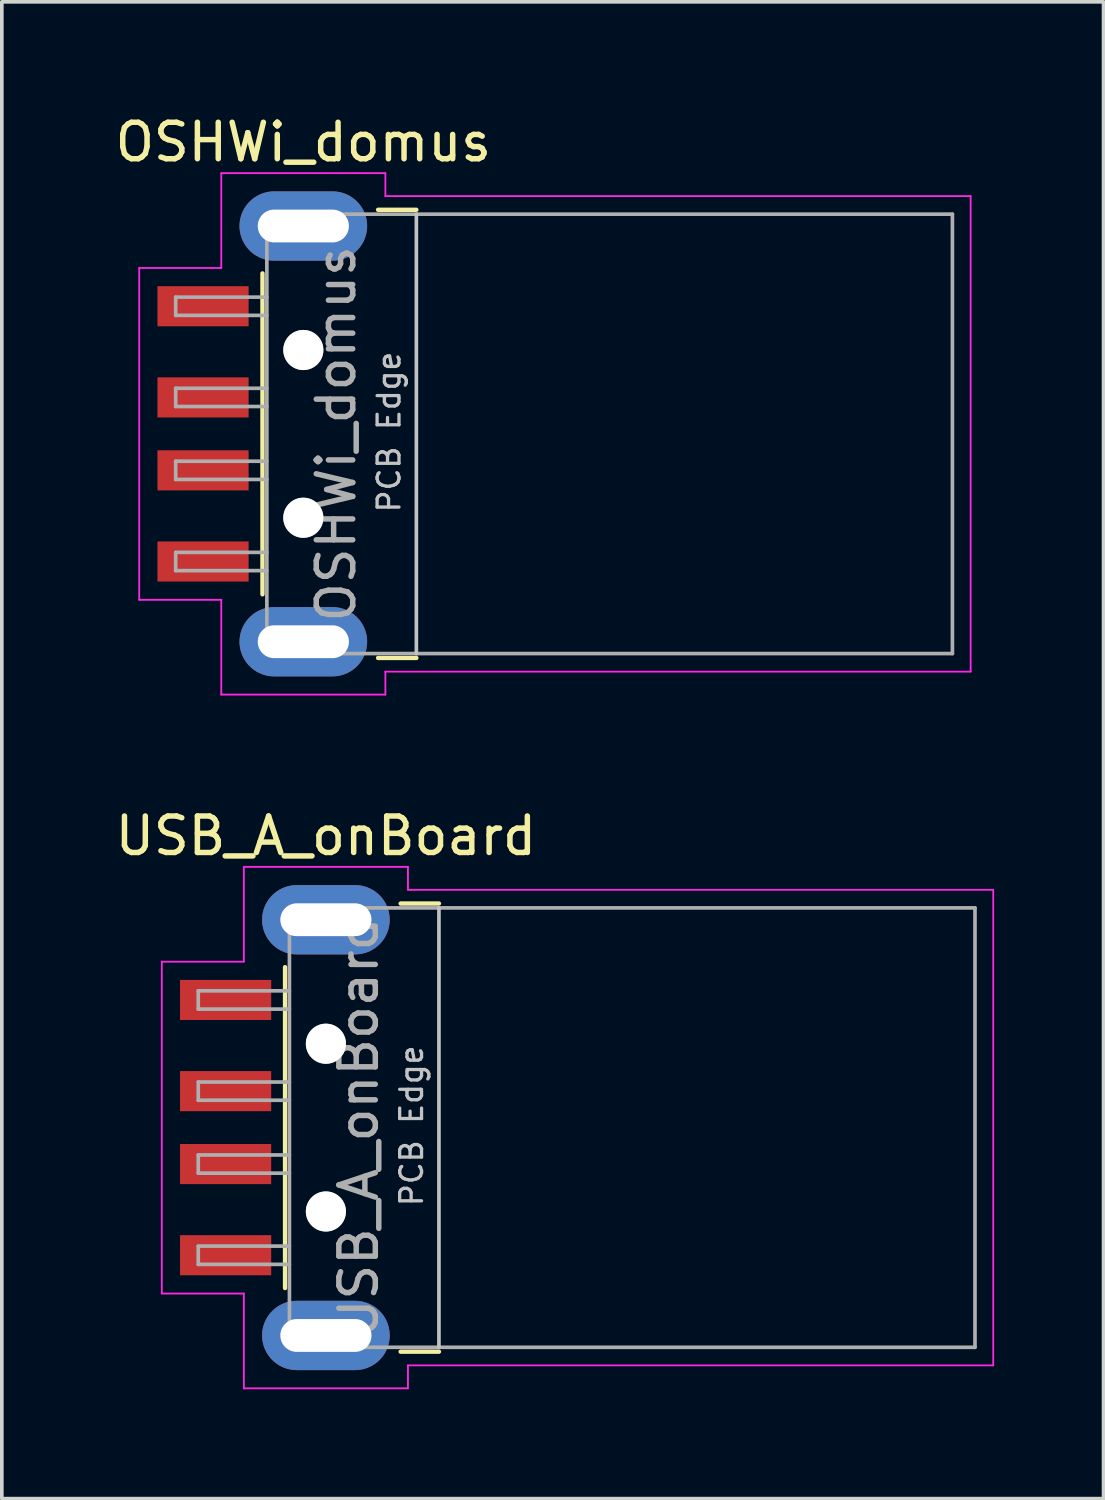
<source format=kicad_pcb>
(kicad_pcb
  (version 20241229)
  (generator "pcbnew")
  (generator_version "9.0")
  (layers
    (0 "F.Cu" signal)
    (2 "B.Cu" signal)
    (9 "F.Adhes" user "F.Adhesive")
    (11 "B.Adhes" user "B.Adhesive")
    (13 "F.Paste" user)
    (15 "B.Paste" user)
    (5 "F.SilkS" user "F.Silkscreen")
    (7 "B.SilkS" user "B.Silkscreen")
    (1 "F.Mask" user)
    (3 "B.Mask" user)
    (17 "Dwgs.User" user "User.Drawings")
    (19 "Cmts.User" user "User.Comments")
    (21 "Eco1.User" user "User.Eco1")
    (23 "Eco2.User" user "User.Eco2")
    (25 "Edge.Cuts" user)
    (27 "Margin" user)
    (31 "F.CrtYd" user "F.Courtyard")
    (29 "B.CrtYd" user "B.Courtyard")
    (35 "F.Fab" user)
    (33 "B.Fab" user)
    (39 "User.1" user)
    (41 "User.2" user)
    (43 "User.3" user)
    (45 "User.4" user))
  (footprint "OSHWi_domus"
    (layer "F.Cu")
    (at 12.168 8.848)
    (property "Reference" "OSHWi_domus" (at -6.9 -8 0) (layer "F.SilkS") (effects (font (size 1 1) (thickness 0.15))))
    (attr smd)
    (fp_line (start -8.02 -4.4) (end -8.02 4.4) (stroke (width 0.12) (type solid)) (layer "F.SilkS"))
    (fp_line (start -4.85 -6.145) (end -3.8 -6.145) (stroke (width 0.12) (type solid)) (layer "F.SilkS"))
    (fp_line (start -4.85 6.145) (end -3.8 6.145) (stroke (width 0.12) (type solid)) (layer "F.SilkS"))
    (fp_line (start -3.8 6.025) (end -3.8 -6.025) (stroke (width 0.1) (type solid)) (layer "Dwgs.User"))
    (fp_line (start -11.4 -4.55) (end -9.15 -4.55) (stroke (width 0.05) (type solid)) (layer "F.CrtYd"))
    (fp_line (start -11.4 4.55) (end -11.4 -4.55) (stroke (width 0.05) (type solid)) (layer "F.CrtYd"))
    (fp_line (start -11.4 4.55) (end -9.15 4.55) (stroke (width 0.05) (type solid)) (layer "F.CrtYd"))
    (fp_line (start -9.15 -7.15) (end -9.15 -4.55) (stroke (width 0.05) (type solid)) (layer "F.CrtYd"))
    (fp_line (start -9.15 -7.15) (end -4.65 -7.15) (stroke (width 0.05) (type solid)) (layer "F.CrtYd"))
    (fp_line (start -9.15 4.55) (end -9.15 7.15) (stroke (width 0.05) (type solid)) (layer "F.CrtYd"))
    (fp_line (start -9.15 7.15) (end -4.65 7.15) (stroke (width 0.05) (type solid)) (layer "F.CrtYd"))
    (fp_line (start -4.65 -6.52) (end -4.65 -7.15) (stroke (width 0.05) (type solid)) (layer "F.CrtYd"))
    (fp_line (start -4.65 -6.52) (end 11.4 -6.52) (stroke (width 0.05) (type solid)) (layer "F.CrtYd"))
    (fp_line (start -4.65 6.52) (end 11.4 6.52) (stroke (width 0.05) (type solid)) (layer "F.CrtYd"))
    (fp_line (start -4.65 7.15) (end -4.65 6.52) (stroke (width 0.05) (type solid)) (layer "F.CrtYd"))
    (fp_line (start 11.4 6.52) (end 11.4 -6.52) (stroke (width 0.05) (type solid)) (layer "F.CrtYd"))
    (fp_line (start -10.4 -3.75) (end -7.9 -3.75) (stroke (width 0.1) (type solid)) (layer "F.Fab"))
    (fp_line (start -10.4 -3.25) (end -10.4 -3.75) (stroke (width 0.1) (type solid)) (layer "F.Fab"))
    (fp_line (start -10.4 -3.25) (end -7.9 -3.25) (stroke (width 0.1) (type solid)) (layer "F.Fab"))
    (fp_line (start -10.4 -1.25) (end -7.9 -1.25) (stroke (width 0.1) (type solid)) (layer "F.Fab"))
    (fp_line (start -10.4 -0.75) (end -10.4 -1.25) (stroke (width 0.1) (type solid)) (layer "F.Fab"))
    (fp_line (start -10.4 -0.75) (end -7.9 -0.75) (stroke (width 0.1) (type solid)) (layer "F.Fab"))
    (fp_line (start -10.4 0.75) (end -7.9 0.75) (stroke (width 0.1) (type solid)) (layer "F.Fab"))
    (fp_line (start -10.4 1.25) (end -10.4 0.75) (stroke (width 0.1) (type solid)) (layer "F.Fab"))
    (fp_line (start -10.4 1.25) (end -7.9 1.25) (stroke (width 0.1) (type solid)) (layer "F.Fab"))
    (fp_line (start -10.4 3.25) (end -7.9 3.25) (stroke (width 0.1) (type solid)) (layer "F.Fab"))
    (fp_line (start -10.4 3.75) (end -10.4 3.25) (stroke (width 0.1) (type solid)) (layer "F.Fab"))
    (fp_line (start -10.4 3.75) (end -7.9 3.75) (stroke (width 0.1) (type solid)) (layer "F.Fab"))
    (fp_line (start -7.9 -6.025) (end 10.9 -6.025) (stroke (width 0.1) (type solid)) (layer "F.Fab"))
    (fp_line (start -7.9 6.025) (end -7.9 -6.025) (stroke (width 0.1) (type solid)) (layer "F.Fab"))
    (fp_line (start -7.9 6.025) (end 10.9 6.025) (stroke (width 0.1) (type solid)) (layer "F.Fab"))
    (fp_line (start 10.9 6.025) (end 10.9 -6.025) (stroke (width 0.1) (type solid)) (layer "F.Fab"))
    (fp_circle (center -6.9 -2.3) (end -6.9 -2.8) (stroke (width 0.1) (type solid)) (fill no) (layer "F.Fab"))
    (fp_circle (center -6.9 2.3) (end -6.9 2.8) (stroke (width 0.1) (type solid)) (fill no) (layer "F.Fab"))
    (fp_text user "PCB Edge" (at -4.55 -0.05 90) (layer "Dwgs.User") (effects (font (size 0.6 0.6) (thickness 0.09))))
    (fp_text user "${REFERENCE}" (at -6 0 90) (layer "F.Fab") (effects (font (size 1 1) (thickness 0.15))))
    (pad "" np_thru_hole circle (at -6.9 -2.3) (size 1.1 1.1) (drill 1.1) (layers "*.Cu" "*.Mask"))
    (pad "" np_thru_hole circle (at -6.9 2.3) (size 1.1 1.1) (drill 1.1) (layers "*.Cu" "*.Mask"))
    (pad "1" smd rect (at -9.65 -3.5) (size 2.5 1.1) (layers "F.Cu" "F.Mask" "F.Paste"))
    (pad "2" smd rect (at -9.65 -1) (size 2.5 1.1) (layers "F.Cu" "F.Mask" "F.Paste"))
    (pad "3" smd rect (at -9.65 1) (size 2.5 1.1) (layers "F.Cu" "F.Mask" "F.Paste"))
    (pad "4" smd rect (at -9.65 3.5) (size 2.5 1.1) (layers "F.Cu" "F.Mask" "F.Paste"))
    (pad "5" thru_hole oval (at -6.9 -5.7) (size 3.5 1.9) (drill oval 2.5 0.9) (layers "*.Cu" "*.Mask"))
    (pad "5" thru_hole oval (at -6.9 5.7) (size 3.5 1.9) (drill oval 2.5 0.9) (layers "*.Cu" "*.Mask")))
  (footprint "USB_A_onBoard"
    (layer "F.Cu")
    (at 12.787 27.872)
    (property "Reference" "USB_A_onBoard" (at -6.9 -8 0) (layer "F.SilkS") (effects (font (size 1 1) (thickness 0.15))))
    (attr smd)
    (fp_line (start -8.02 -4.4) (end -8.02 4.4) (stroke (width 0.12) (type solid)) (layer "F.SilkS"))
    (fp_line (start -4.85 -6.145) (end -3.8 -6.145) (stroke (width 0.12) (type solid)) (layer "F.SilkS"))
    (fp_line (start -4.85 6.145) (end -3.8 6.145) (stroke (width 0.12) (type solid)) (layer "F.SilkS"))
    (fp_line (start -3.8 6.025) (end -3.8 -6.025) (stroke (width 0.1) (type solid)) (layer "Dwgs.User"))
    (fp_line (start -11.4 -4.55) (end -9.15 -4.55) (stroke (width 0.05) (type solid)) (layer "F.CrtYd"))
    (fp_line (start -11.4 4.55) (end -11.4 -4.55) (stroke (width 0.05) (type solid)) (layer "F.CrtYd"))
    (fp_line (start -11.4 4.55) (end -9.15 4.55) (stroke (width 0.05) (type solid)) (layer "F.CrtYd"))
    (fp_line (start -9.15 -7.15) (end -9.15 -4.55) (stroke (width 0.05) (type solid)) (layer "F.CrtYd"))
    (fp_line (start -9.15 -7.15) (end -4.65 -7.15) (stroke (width 0.05) (type solid)) (layer "F.CrtYd"))
    (fp_line (start -9.15 4.55) (end -9.15 7.15) (stroke (width 0.05) (type solid)) (layer "F.CrtYd"))
    (fp_line (start -9.15 7.15) (end -4.65 7.15) (stroke (width 0.05) (type solid)) (layer "F.CrtYd"))
    (fp_line (start -4.65 -6.52) (end -4.65 -7.15) (stroke (width 0.05) (type solid)) (layer "F.CrtYd"))
    (fp_line (start -4.65 -6.52) (end 11.4 -6.52) (stroke (width 0.05) (type solid)) (layer "F.CrtYd"))
    (fp_line (start -4.65 6.52) (end 11.4 6.52) (stroke (width 0.05) (type solid)) (layer "F.CrtYd"))
    (fp_line (start -4.65 7.15) (end -4.65 6.52) (stroke (width 0.05) (type solid)) (layer "F.CrtYd"))
    (fp_line (start 11.4 6.52) (end 11.4 -6.52) (stroke (width 0.05) (type solid)) (layer "F.CrtYd"))
    (fp_line (start -10.4 -3.75) (end -7.9 -3.75) (stroke (width 0.1) (type solid)) (layer "F.Fab"))
    (fp_line (start -10.4 -3.25) (end -10.4 -3.75) (stroke (width 0.1) (type solid)) (layer "F.Fab"))
    (fp_line (start -10.4 -3.25) (end -7.9 -3.25) (stroke (width 0.1) (type solid)) (layer "F.Fab"))
    (fp_line (start -10.4 -1.25) (end -7.9 -1.25) (stroke (width 0.1) (type solid)) (layer "F.Fab"))
    (fp_line (start -10.4 -0.75) (end -10.4 -1.25) (stroke (width 0.1) (type solid)) (layer "F.Fab"))
    (fp_line (start -10.4 -0.75) (end -7.9 -0.75) (stroke (width 0.1) (type solid)) (layer "F.Fab"))
    (fp_line (start -10.4 0.75) (end -7.9 0.75) (stroke (width 0.1) (type solid)) (layer "F.Fab"))
    (fp_line (start -10.4 1.25) (end -10.4 0.75) (stroke (width 0.1) (type solid)) (layer "F.Fab"))
    (fp_line (start -10.4 1.25) (end -7.9 1.25) (stroke (width 0.1) (type solid)) (layer "F.Fab"))
    (fp_line (start -10.4 3.25) (end -7.9 3.25) (stroke (width 0.1) (type solid)) (layer "F.Fab"))
    (fp_line (start -10.4 3.75) (end -10.4 3.25) (stroke (width 0.1) (type solid)) (layer "F.Fab"))
    (fp_line (start -10.4 3.75) (end -7.9 3.75) (stroke (width 0.1) (type solid)) (layer "F.Fab"))
    (fp_line (start -7.9 -6.025) (end 10.9 -6.025) (stroke (width 0.1) (type solid)) (layer "F.Fab"))
    (fp_line (start -7.9 6.025) (end -7.9 -6.025) (stroke (width 0.1) (type solid)) (layer "F.Fab"))
    (fp_line (start -7.9 6.025) (end 10.9 6.025) (stroke (width 0.1) (type solid)) (layer "F.Fab"))
    (fp_line (start 10.9 6.025) (end 10.9 -6.025) (stroke (width 0.1) (type solid)) (layer "F.Fab"))
    (fp_circle (center -6.9 -2.3) (end -6.9 -2.8) (stroke (width 0.1) (type solid)) (fill no) (layer "F.Fab"))
    (fp_circle (center -6.9 2.3) (end -6.9 2.8) (stroke (width 0.1) (type solid)) (fill no) (layer "F.Fab"))
    (fp_text user "PCB Edge" (at -4.55 -0.05 90) (layer "Dwgs.User") (effects (font (size 0.6 0.6) (thickness 0.09))))
    (fp_text user "${REFERENCE}" (at -6 0 90) (layer "F.Fab") (effects (font (size 1 1) (thickness 0.15))))
    (pad "" np_thru_hole circle (at -6.9 -2.3) (size 1.1 1.1) (drill 1.1) (layers "*.Cu" "*.Mask"))
    (pad "" np_thru_hole circle (at -6.9 2.3) (size 1.1 1.1) (drill 1.1) (layers "*.Cu" "*.Mask"))
    (pad "1" smd rect (at -9.65 -3.5) (size 2.5 1.1) (layers "F.Cu" "F.Mask" "F.Paste"))
    (pad "2" smd rect (at -9.65 -1) (size 2.5 1.1) (layers "F.Cu" "F.Mask" "F.Paste"))
    (pad "3" smd rect (at -9.65 1) (size 2.5 1.1) (layers "F.Cu" "F.Mask" "F.Paste"))
    (pad "4" smd rect (at -9.65 3.5) (size 2.5 1.1) (layers "F.Cu" "F.Mask" "F.Paste"))
    (pad "5" thru_hole oval (at -6.9 -5.7) (size 3.5 1.9) (drill oval 2.5 0.9) (layers "*.Cu" "*.Mask"))
    (pad "5" thru_hole oval (at -6.9 5.7) (size 3.5 1.9) (drill oval 2.5 0.9) (layers "*.Cu" "*.Mask")))
  (gr_rect
    (start -3 -3)
    (end 27.212 38.047)
    (stroke (width 0.1) (type default))
    (fill no)
    (layer "Edge.Cuts")))
</source>
